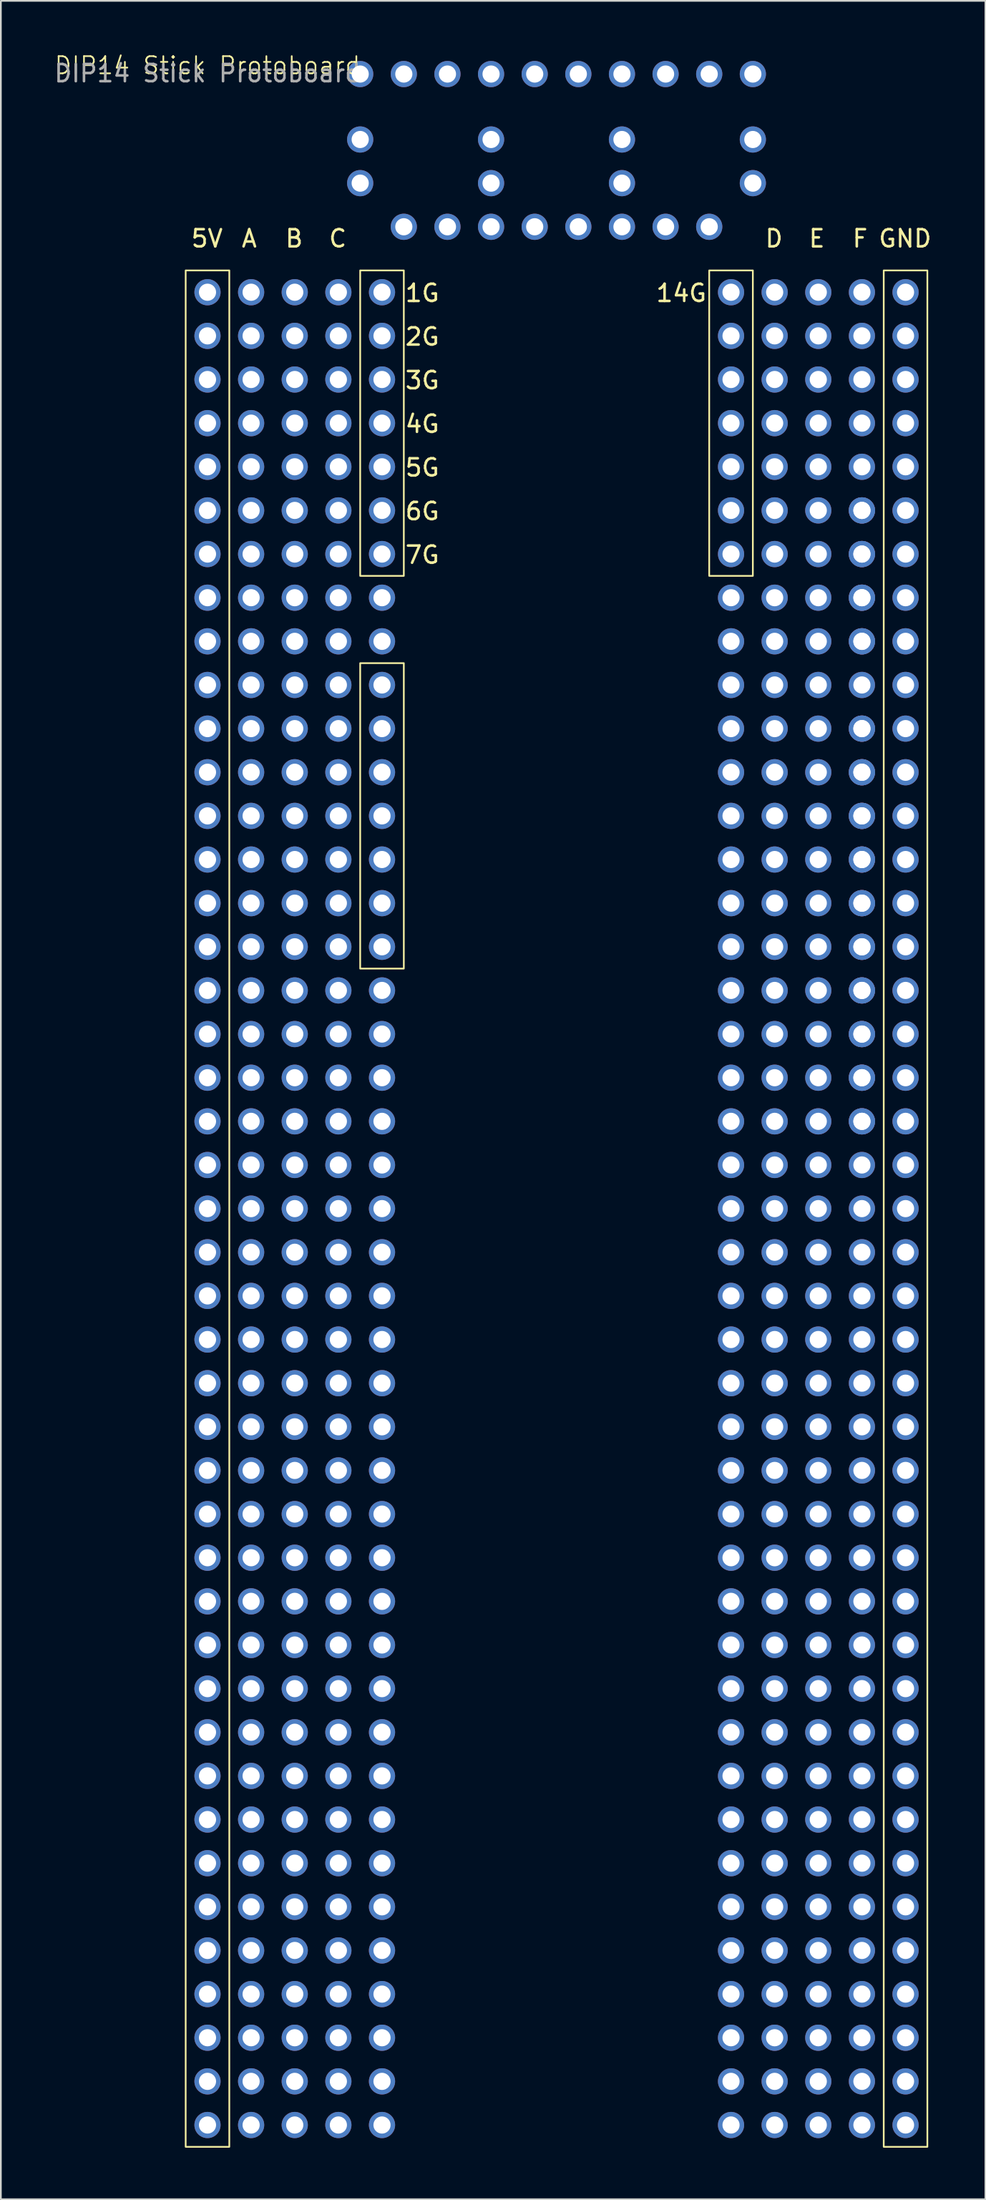
<source format=kicad_pcb>
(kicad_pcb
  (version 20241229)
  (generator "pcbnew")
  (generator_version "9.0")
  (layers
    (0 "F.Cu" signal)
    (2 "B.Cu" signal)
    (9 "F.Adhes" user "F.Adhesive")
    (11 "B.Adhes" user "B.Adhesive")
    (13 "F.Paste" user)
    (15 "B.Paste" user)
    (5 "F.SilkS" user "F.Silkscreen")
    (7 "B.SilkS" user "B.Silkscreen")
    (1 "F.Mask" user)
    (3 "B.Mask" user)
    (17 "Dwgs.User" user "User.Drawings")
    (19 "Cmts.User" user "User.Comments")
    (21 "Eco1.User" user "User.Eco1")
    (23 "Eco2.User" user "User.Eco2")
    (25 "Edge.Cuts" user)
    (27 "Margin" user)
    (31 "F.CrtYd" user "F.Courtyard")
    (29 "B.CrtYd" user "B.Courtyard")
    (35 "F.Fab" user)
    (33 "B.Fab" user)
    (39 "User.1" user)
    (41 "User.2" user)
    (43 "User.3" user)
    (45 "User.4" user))
  (footprint "DIP14 Stick Protoboard"
    (layer "F.Cu")
    (at 9.03 1.26)
    (property "Reference" "DIP14 Stick Protoboard" (at 0 -0.5 0) (unlocked yes) (layer "F.SilkS") (effects (font (size 1 1) (thickness 0.1))))
    (attr through_hole)
    (fp_rect (start -1.27 11.43) (end 1.27 120.65) (stroke (width 0.1) (type default)) (fill no) (layer "F.SilkS"))
    (fp_rect (start 8.89 11.43) (end 11.43 29.21) (stroke (width 0.1) (type default)) (fill no) (layer "F.SilkS"))
    (fp_rect (start 8.89 34.29) (end 11.43 52.07) (stroke (width 0.1) (type default)) (fill no) (layer "F.SilkS"))
    (fp_rect (start 29.21 11.43) (end 31.75 29.21) (stroke (width 0.1) (type default)) (fill no) (layer "F.SilkS"))
    (fp_rect (start 39.37 11.43) (end 41.91 120.65) (stroke (width 0.1) (type default)) (fill no) (layer "F.SilkS"))
    (fp_text user "5G" (at 11.43 23.495 0) (unlocked yes) (layer "F.SilkS") (effects (font (size 1 1) (thickness 0.15)) (justify left bottom)))
    (fp_text user "B" (at 4.445 10.16 0) (unlocked yes) (layer "F.SilkS") (effects (font (size 1 1) (thickness 0.15)) (justify left bottom)))
    (fp_text user "3G" (at 11.43 18.415 0) (unlocked yes) (layer "F.SilkS") (effects (font (size 1 1) (thickness 0.15)) (justify left bottom)))
    (fp_text user "F" (at 37.465 10.16 0) (unlocked yes) (layer "F.SilkS") (effects (font (size 1 1) (thickness 0.15)) (justify left bottom)))
    (fp_text user "7G" (at 11.43 28.575 0) (unlocked yes) (layer "F.SilkS") (effects (font (size 1 1) (thickness 0.15)) (justify left bottom)))
    (fp_text user "4G" (at 11.43 20.955 0) (unlocked yes) (layer "F.SilkS") (effects (font (size 1 1) (thickness 0.15)) (justify left bottom)))
    (fp_text user "A" (at 1.905 10.16 0) (unlocked yes) (layer "F.SilkS") (effects (font (size 1 1) (thickness 0.15)) (justify left bottom)))
    (fp_text user "E" (at 34.925 10.16 0) (unlocked yes) (layer "F.SilkS") (effects (font (size 1 1) (thickness 0.15)) (justify left bottom)))
    (fp_text user "C" (at 6.985 10.16 0) (unlocked yes) (layer "F.SilkS") (effects (font (size 1 1) (thickness 0.15)) (justify left bottom)))
    (fp_text user "GND" (at 38.991 10.16 0) (unlocked yes) (layer "F.SilkS") (effects (font (size 1 1) (thickness 0.15)) (justify left bottom)))
    (fp_text user "5V" (at -1.03 10.16 0) (unlocked yes) (layer "F.SilkS") (effects (font (size 1 1) (thickness 0.15)) (justify left bottom)))
    (fp_text user "2G" (at 11.43 15.875 0) (unlocked yes) (layer "F.SilkS") (effects (font (size 1 1) (thickness 0.15)) (justify left bottom)))
    (fp_text user "1G" (at 11.43 13.335 0) (unlocked yes) (layer "F.SilkS") (effects (font (size 1 1) (thickness 0.15)) (justify left bottom)))
    (fp_text user "14G" (at 26.035 13.335 0) (unlocked yes) (layer "F.SilkS") (effects (font (size 1 1) (thickness 0.15)) (justify left bottom)))
    (fp_text user "D" (at 32.385 10.16 0) (unlocked yes) (layer "F.SilkS") (effects (font (size 1 1) (thickness 0.15)) (justify left bottom)))
    (fp_text user "6G" (at 11.43 26.035 0) (unlocked yes) (layer "F.SilkS") (effects (font (size 1 1) (thickness 0.15)) (justify left bottom)))
    (fp_text user "${REFERENCE}" (at 0 -0.04 0) (unlocked yes) (layer "F.Fab") (effects (font (size 1 1) (thickness 0.15))))
    (pad "1" thru_hole circle (at 2.54 116.84) (size 1.525 1.525) (drill 1) (layers "*.Cu" "*.Mask"))
    (pad "1" thru_hole circle (at 2.54 119.38) (size 1.525 1.525) (drill 1) (layers "*.Cu" "*.Mask"))
    (pad "1" thru_hole circle (at 7.62 109.22) (size 1.525 1.525) (drill 1) (layers "*.Cu" "*.Mask"))
    (pad "1" thru_hole circle (at 13.97 8.89 90) (size 1.525 1.525) (drill 1) (layers "*.Cu" "*.Mask"))
    (pad "1" thru_hole circle (at 24.13 8.89 90) (size 1.525 1.525) (drill 1) (layers "*.Cu" "*.Mask"))
    (pad "1" thru_hole circle (at 30.48 106.68) (size 1.525 1.525) (drill 1) (layers "*.Cu" "*.Mask"))
    (pad "1" thru_hole circle (at 30.48 116.84) (size 1.525 1.525) (drill 1) (layers "*.Cu" "*.Mask"))
    (pad "1" thru_hole circle (at 30.48 119.38) (size 1.525 1.525) (drill 1) (layers "*.Cu" "*.Mask"))
    (pad "2" thru_hole circle (at 5.08 119.38) (size 1.525 1.525) (drill 1) (layers "*.Cu" "*.Mask"))
    (pad "2" thru_hole circle (at 7.62 111.76) (size 1.525 1.525) (drill 1) (layers "*.Cu" "*.Mask"))
    (pad "2" thru_hole circle (at 16.51 8.89 90) (size 1.525 1.525) (drill 1) (layers "*.Cu" "*.Mask"))
    (pad "2" thru_hole circle (at 26.67 8.89 90) (size 1.525 1.525) (drill 1) (layers "*.Cu" "*.Mask"))
    (pad "2" thru_hole circle (at 33.02 119.38) (size 1.525 1.525) (drill 1) (layers "*.Cu" "*.Mask"))
    (pad "3" thru_hole circle (at 7.62 114.3) (size 1.525 1.525) (drill 1) (layers "*.Cu" "*.Mask"))
    (pad "3" thru_hole circle (at 7.62 119.38) (size 1.525 1.525) (drill 1) (layers "*.Cu" "*.Mask"))
    (pad "3" thru_hole circle (at 19.05 8.89 90) (size 1.525 1.525) (drill 1) (layers "*.Cu" "*.Mask"))
    (pad "3" thru_hole circle (at 29.21 8.89 90) (size 1.525 1.525) (drill 1) (layers "*.Cu" "*.Mask"))
    (pad "3" thru_hole circle (at 35.56 119.38) (size 1.525 1.525) (drill 1) (layers "*.Cu" "*.Mask"))
    (pad "4" thru_hole circle (at 7.62 116.84) (size 1.525 1.525) (drill 1) (layers "*.Cu" "*.Mask"))
    (pad "4" thru_hole circle (at 8.89 0) (size 1.525 1.525) (drill 1) (layers "*.Cu" "*.Mask"))
    (pad "4" thru_hole circle (at 10.16 119.38) (size 1.525 1.525) (drill 1) (layers "*.Cu" "*.Mask"))
    (pad "4" thru_hole circle (at 21.59 8.89 90) (size 1.525 1.525) (drill 1) (layers "*.Cu" "*.Mask"))
    (pad "4" thru_hole circle (at 38.1 119.38) (size 1.525 1.525) (drill 1) (layers "*.Cu" "*.Mask"))
    (pad "5" thru_hole circle (at 11.43 0) (size 1.525 1.525) (drill 1) (layers "*.Cu" "*.Mask"))
    (pad "6" thru_hole circle (at 13.97 0) (size 1.525 1.525) (drill 1) (layers "*.Cu" "*.Mask"))
    (pad "6" thru_hole circle (at 30.48 109.22) (size 1.525 1.525) (drill 1) (layers "*.Cu" "*.Mask"))
    (pad "7" thru_hole circle (at 16.51 0) (size 1.525 1.525) (drill 1) (layers "*.Cu" "*.Mask"))
    (pad "7" thru_hole circle (at 33.02 109.22) (size 1.525 1.525) (drill 1) (layers "*.Cu" "*.Mask"))
    (pad "8" thru_hole circle (at 19.05 0) (size 1.525 1.525) (drill 1) (layers "*.Cu" "*.Mask"))
    (pad "8" thru_hole circle (at 35.56 109.22) (size 1.525 1.525) (drill 1) (layers "*.Cu" "*.Mask"))
    (pad "9" thru_hole circle (at 21.59 0) (size 1.525 1.525) (drill 1) (layers "*.Cu" "*.Mask"))
    (pad "9" thru_hole circle (at 38.1 109.22) (size 1.525 1.525) (drill 1) (layers "*.Cu" "*.Mask"))
    (pad "10" thru_hole circle (at 24.13 0) (size 1.525 1.525) (drill 1) (layers "*.Cu" "*.Mask"))
    (pad "10" thru_hole circle (at 40.64 109.22) (size 1.525 1.525) (drill 1) (layers "*.Cu" "*.Mask"))
    (pad "11" thru_hole circle (at 26.67 0) (size 1.525 1.525) (drill 1) (layers "*.Cu" "*.Mask"))
    (pad "11" thru_hole circle (at 30.48 111.76) (size 1.525 1.525) (drill 1) (layers "*.Cu" "*.Mask"))
    (pad "12" thru_hole circle (at 29.21 0) (size 1.525 1.525) (drill 1) (layers "*.Cu" "*.Mask"))
    (pad "12" thru_hole circle (at 33.02 111.76) (size 1.525 1.525) (drill 1) (layers "*.Cu" "*.Mask"))
    (pad "13" thru_hole circle (at 31.75 0) (size 1.525 1.525) (drill 1) (layers "*.Cu" "*.Mask"))
    (pad "13" thru_hole circle (at 35.56 111.76) (size 1.525 1.525) (drill 1) (layers "*.Cu" "*.Mask"))
    (pad "14" thru_hole circle (at 38.1 111.76) (size 1.525 1.525) (drill 1) (layers "*.Cu" "*.Mask"))
    (pad "15" thru_hole circle (at 40.64 111.76) (size 1.525 1.525) (drill 1) (layers "*.Cu" "*.Mask"))
    (pad "16" thru_hole circle (at 30.48 114.3) (size 1.525 1.525) (drill 1) (layers "*.Cu" "*.Mask"))
    (pad "17" thru_hole circle (at 33.02 114.3) (size 1.525 1.525) (drill 1) (layers "*.Cu" "*.Mask"))
    (pad "18" thru_hole circle (at 11.43 8.89 90) (size 1.525 1.525) (drill 1) (layers "*.Cu" "*.Mask"))
    (pad "18" thru_hole circle (at 35.56 114.3) (size 1.525 1.525) (drill 1) (layers "*.Cu" "*.Mask"))
    (pad "19" thru_hole circle (at 8.89 3.81) (size 1.525 1.525) (drill 1) (layers "*.Cu" "*.Mask"))
    (pad "19" thru_hole circle (at 16.51 3.81) (size 1.525 1.525) (drill 1) (layers "*.Cu" "*.Mask"))
    (pad "19" thru_hole circle (at 38.1 114.3) (size 1.525 1.525) (drill 1) (layers "*.Cu" "*.Mask"))
    (pad "20" thru_hole circle (at 7.62 58.42) (size 1.525 1.525) (drill 1) (layers "*.Cu" "*.Mask"))
    (pad "20" thru_hole circle (at 24.13 3.81) (size 1.525 1.525) (drill 1) (layers "*.Cu" "*.Mask"))
    (pad "20" thru_hole circle (at 40.64 114.3) (size 1.525 1.525) (drill 1) (layers "*.Cu" "*.Mask"))
    (pad "21" thru_hole circle (at 7.62 60.96) (size 1.525 1.525) (drill 1) (layers "*.Cu" "*.Mask"))
    (pad "21" thru_hole circle (at 31.75 3.81) (size 1.525 1.525) (drill 1) (layers "*.Cu" "*.Mask"))
    (pad "22" thru_hole circle (at 7.62 63.5) (size 1.525 1.525) (drill 1) (layers "*.Cu" "*.Mask"))
    (pad "22" thru_hole circle (at 33.02 116.84) (size 1.525 1.525) (drill 1) (layers "*.Cu" "*.Mask"))
    (pad "23" thru_hole circle (at 7.62 66.04) (size 1.525 1.525) (drill 1) (layers "*.Cu" "*.Mask"))
    (pad "23" thru_hole circle (at 35.56 116.84) (size 1.525 1.525) (drill 1) (layers "*.Cu" "*.Mask"))
    (pad "24" thru_hole circle (at 7.62 68.58) (size 1.525 1.525) (drill 1) (layers "*.Cu" "*.Mask"))
    (pad "24" thru_hole circle (at 10.16 58.42) (size 1.525 1.525) (drill 1) (layers "*.Cu" "*.Mask"))
    (pad "24" thru_hole circle (at 38.1 116.84) (size 1.525 1.525) (drill 1) (layers "*.Cu" "*.Mask"))
    (pad "25" thru_hole circle (at 7.62 71.12) (size 1.525 1.525) (drill 1) (layers "*.Cu" "*.Mask"))
    (pad "25" thru_hole circle (at 8.89 6.35) (size 1.525 1.525) (drill 1) (layers "*.Cu" "*.Mask"))
    (pad "25" thru_hole circle (at 10.16 60.96) (size 1.525 1.525) (drill 1) (layers "*.Cu" "*.Mask"))
    (pad "25" thru_hole circle (at 16.51 6.35) (size 1.525 1.525) (drill 1) (layers "*.Cu" "*.Mask"))
    (pad "25" thru_hole circle (at 40.64 116.84) (size 1.525 1.525) (drill 1) (layers "*.Cu" "*.Mask"))
    (pad "26" thru_hole circle (at 7.62 73.66) (size 1.525 1.525) (drill 1) (layers "*.Cu" "*.Mask"))
    (pad "26" thru_hole circle (at 10.16 63.5) (size 1.525 1.525) (drill 1) (layers "*.Cu" "*.Mask"))
    (pad "26" thru_hole circle (at 24.13 6.35) (size 1.525 1.525) (drill 1) (layers "*.Cu" "*.Mask"))
    (pad "27" thru_hole circle (at 7.62 76.2) (size 1.525 1.525) (drill 1) (layers "*.Cu" "*.Mask"))
    (pad "27" thru_hole circle (at 10.16 66.04) (size 1.525 1.525) (drill 1) (layers "*.Cu" "*.Mask"))
    (pad "27" thru_hole circle (at 31.75 6.35) (size 1.525 1.525) (drill 1) (layers "*.Cu" "*.Mask"))
    (pad "28" thru_hole circle (at 7.62 78.74) (size 1.525 1.525) (drill 1) (layers "*.Cu" "*.Mask"))
    (pad "28" thru_hole circle (at 10.16 68.58) (size 1.525 1.525) (drill 1) (layers "*.Cu" "*.Mask"))
    (pad "29" thru_hole circle (at 7.62 81.28) (size 1.525 1.525) (drill 1) (layers "*.Cu" "*.Mask"))
    (pad "29" thru_hole circle (at 10.16 71.12) (size 1.525 1.525) (drill 1) (layers "*.Cu" "*.Mask"))
    (pad "30" thru_hole circle (at 7.62 83.82) (size 1.525 1.525) (drill 1) (layers "*.Cu" "*.Mask"))
    (pad "30" thru_hole circle (at 10.16 73.66) (size 1.525 1.525) (drill 1) (layers "*.Cu" "*.Mask"))
    (pad "30" thru_hole circle (at 40.64 119.38) (size 1.525 1.525) (drill 1) (layers "*.Cu" "*.Mask"))
    (pad "31" thru_hole circle (at 7.62 86.36) (size 1.525 1.525) (drill 1) (layers "*.Cu" "*.Mask"))
    (pad "31" thru_hole circle (at 10.16 76.2) (size 1.525 1.525) (drill 1) (layers "*.Cu" "*.Mask"))
    (pad "32" thru_hole circle (at 7.62 88.9) (size 1.525 1.525) (drill 1) (layers "*.Cu" "*.Mask"))
    (pad "32" thru_hole circle (at 10.16 78.74) (size 1.525 1.525) (drill 1) (layers "*.Cu" "*.Mask"))
    (pad "33" thru_hole circle (at 7.62 91.44) (size 1.525 1.525) (drill 1) (layers "*.Cu" "*.Mask"))
    (pad "33" thru_hole circle (at 10.16 81.28) (size 1.525 1.525) (drill 1) (layers "*.Cu" "*.Mask"))
    (pad "34" thru_hole circle (at 7.62 93.98) (size 1.525 1.525) (drill 1) (layers "*.Cu" "*.Mask"))
    (pad "34" thru_hole circle (at 10.16 83.82) (size 1.525 1.525) (drill 1) (layers "*.Cu" "*.Mask"))
    (pad "35" thru_hole circle (at 7.62 96.52) (size 1.525 1.525) (drill 1) (layers "*.Cu" "*.Mask"))
    (pad "35" thru_hole circle (at 10.16 86.36) (size 1.525 1.525) (drill 1) (layers "*.Cu" "*.Mask"))
    (pad "36" thru_hole circle (at 7.62 99.06) (size 1.525 1.525) (drill 1) (layers "*.Cu" "*.Mask"))
    (pad "36" thru_hole circle (at 10.16 88.9) (size 1.525 1.525) (drill 1) (layers "*.Cu" "*.Mask"))
    (pad "37" thru_hole circle (at 7.62 101.6) (size 1.525 1.525) (drill 1) (layers "*.Cu" "*.Mask"))
    (pad "37" thru_hole circle (at 10.16 91.44) (size 1.525 1.525) (drill 1) (layers "*.Cu" "*.Mask"))
    (pad "38" thru_hole circle (at 7.62 104.14) (size 1.525 1.525) (drill 1) (layers "*.Cu" "*.Mask"))
    (pad "38" thru_hole circle (at 10.16 93.98) (size 1.525 1.525) (drill 1) (layers "*.Cu" "*.Mask"))
    (pad "39" thru_hole circle (at 7.62 106.68) (size 1.525 1.525) (drill 1) (layers "*.Cu" "*.Mask"))
    (pad "39" thru_hole circle (at 10.16 96.52) (size 1.525 1.525) (drill 1) (layers "*.Cu" "*.Mask"))
    (pad "39" thru_hole circle (at 38.1 58.42) (size 1.525 1.525) (drill 1) (layers "*.Cu" "*.Mask"))
    (pad "40" thru_hole circle (at 10.16 99.06) (size 1.525 1.525) (drill 1) (layers "*.Cu" "*.Mask"))
    (pad "40" thru_hole circle (at 40.64 58.42) (size 1.525 1.525) (drill 1) (layers "*.Cu" "*.Mask"))
    (pad "41" thru_hole circle (at 10.16 101.6) (size 1.525 1.525) (drill 1) (layers "*.Cu" "*.Mask"))
    (pad "41" thru_hole circle (at 38.1 60.96) (size 1.525 1.525) (drill 1) (layers "*.Cu" "*.Mask"))
    (pad "42" thru_hole circle (at 10.16 104.14) (size 1.525 1.525) (drill 1) (layers "*.Cu" "*.Mask"))
    (pad "42" thru_hole circle (at 40.64 60.96) (size 1.525 1.525) (drill 1) (layers "*.Cu" "*.Mask"))
    (pad "43" thru_hole circle (at 0 12.7) (size 1.525 1.525) (drill 1) (layers "*.Cu" "*.Mask"))
    (pad "43" thru_hole circle (at 10.16 106.68) (size 1.525 1.525) (drill 1) (layers "*.Cu" "*.Mask"))
    (pad "44" thru_hole circle (at 2.54 12.7) (size 1.525 1.525) (drill 1) (layers "*.Cu" "*.Mask"))
    (pad "44" thru_hole circle (at 10.16 109.22) (size 1.525 1.525) (drill 1) (layers "*.Cu" "*.Mask"))
    (pad "44" thru_hole circle (at 40.64 63.5) (size 1.525 1.525) (drill 1) (layers "*.Cu" "*.Mask"))
    (pad "45" thru_hole circle (at 5.08 12.7) (size 1.525 1.525) (drill 1) (layers "*.Cu" "*.Mask"))
    (pad "45" thru_hole circle (at 10.16 111.76) (size 1.525 1.525) (drill 1) (layers "*.Cu" "*.Mask"))
    (pad "46" thru_hole circle (at 7.62 12.7) (size 1.525 1.525) (drill 1) (layers "*.Cu" "*.Mask"))
    (pad "46" thru_hole circle (at 10.16 114.3) (size 1.525 1.525) (drill 1) (layers "*.Cu" "*.Mask"))
    (pad "46" thru_hole circle (at 40.64 66.04) (size 1.525 1.525) (drill 1) (layers "*.Cu" "*.Mask"))
    (pad "47" thru_hole circle (at 10.16 12.7) (size 1.525 1.525) (drill 1) (layers "*.Cu" "*.Mask"))
    (pad "47" thru_hole circle (at 10.16 116.84) (size 1.525 1.525) (drill 1) (layers "*.Cu" "*.Mask"))
    (pad "48" thru_hole circle (at 30.48 12.7) (size 1.525 1.525) (drill 1) (layers "*.Cu" "*.Mask"))
    (pad "48" thru_hole circle (at 40.64 68.58) (size 1.525 1.525) (drill 1) (layers "*.Cu" "*.Mask"))
    (pad "49" thru_hole circle (at 33.02 12.7) (size 1.525 1.525) (drill 1) (layers "*.Cu" "*.Mask"))
    (pad "50" thru_hole circle (at 35.56 12.7) (size 1.525 1.525) (drill 1) (layers "*.Cu" "*.Mask"))
    (pad "50" thru_hole circle (at 40.64 71.12) (size 1.525 1.525) (drill 1) (layers "*.Cu" "*.Mask"))
    (pad "51" thru_hole circle (at 38.1 12.7) (size 1.525 1.525) (drill 1) (layers "*.Cu" "*.Mask"))
    (pad "52" thru_hole circle (at 40.64 12.7) (size 1.525 1.525) (drill 1) (layers "*.Cu" "*.Mask"))
    (pad "52" thru_hole circle (at 40.64 73.66) (size 1.525 1.525) (drill 1) (layers "*.Cu" "*.Mask"))
    (pad "53" thru_hole circle (at 0 15.24) (size 1.525 1.525) (drill 1) (layers "*.Cu" "*.Mask"))
    (pad "54" thru_hole circle (at 2.54 15.24) (size 1.525 1.525) (drill 1) (layers "*.Cu" "*.Mask"))
    (pad "54" thru_hole circle (at 40.64 76.2) (size 1.525 1.525) (drill 1) (layers "*.Cu" "*.Mask"))
    (pad "55" thru_hole circle (at 5.08 15.24) (size 1.525 1.525) (drill 1) (layers "*.Cu" "*.Mask"))
    (pad "56" thru_hole circle (at 7.62 15.24) (size 1.525 1.525) (drill 1) (layers "*.Cu" "*.Mask"))
    (pad "56" thru_hole circle (at 40.64 78.74) (size 1.525 1.525) (drill 1) (layers "*.Cu" "*.Mask"))
    (pad "57" thru_hole circle (at 10.16 15.24) (size 1.525 1.525) (drill 1) (layers "*.Cu" "*.Mask"))
    (pad "58" thru_hole circle (at 30.48 15.24) (size 1.525 1.525) (drill 1) (layers "*.Cu" "*.Mask"))
    (pad "58" thru_hole circle (at 40.64 81.28) (size 1.525 1.525) (drill 1) (layers "*.Cu" "*.Mask"))
    (pad "59" thru_hole circle (at 33.02 15.24) (size 1.525 1.525) (drill 1) (layers "*.Cu" "*.Mask"))
    (pad "60" thru_hole circle (at 35.56 15.24) (size 1.525 1.525) (drill 1) (layers "*.Cu" "*.Mask"))
    (pad "60" thru_hole circle (at 40.64 83.82) (size 1.525 1.525) (drill 1) (layers "*.Cu" "*.Mask"))
    (pad "61" thru_hole circle (at 38.1 15.24) (size 1.525 1.525) (drill 1) (layers "*.Cu" "*.Mask"))
    (pad "62" thru_hole circle (at 40.64 15.24) (size 1.525 1.525) (drill 1) (layers "*.Cu" "*.Mask"))
    (pad "62" thru_hole circle (at 40.64 86.36) (size 1.525 1.525) (drill 1) (layers "*.Cu" "*.Mask"))
    (pad "63" thru_hole circle (at 0 17.78) (size 1.525 1.525) (drill 1) (layers "*.Cu" "*.Mask"))
    (pad "64" thru_hole circle (at 2.54 17.78) (size 1.525 1.525) (drill 1) (layers "*.Cu" "*.Mask"))
    (pad "64" thru_hole circle (at 40.64 88.9) (size 1.525 1.525) (drill 1) (layers "*.Cu" "*.Mask"))
    (pad "65" thru_hole circle (at 5.08 17.78) (size 1.525 1.525) (drill 1) (layers "*.Cu" "*.Mask"))
    (pad "66" thru_hole circle (at 7.62 17.78) (size 1.525 1.525) (drill 1) (layers "*.Cu" "*.Mask"))
    (pad "66" thru_hole circle (at 40.64 91.44) (size 1.525 1.525) (drill 1) (layers "*.Cu" "*.Mask"))
    (pad "67" thru_hole circle (at 10.16 17.78) (size 1.525 1.525) (drill 1) (layers "*.Cu" "*.Mask"))
    (pad "68" thru_hole circle (at 30.48 17.78) (size 1.525 1.525) (drill 1) (layers "*.Cu" "*.Mask"))
    (pad "68" thru_hole circle (at 40.64 93.98) (size 1.525 1.525) (drill 1) (layers "*.Cu" "*.Mask"))
    (pad "69" thru_hole circle (at 33.02 17.78) (size 1.525 1.525) (drill 1) (layers "*.Cu" "*.Mask"))
    (pad "70" thru_hole circle (at 0 58.42) (size 1.525 1.525) (drill 1) (layers "*.Cu" "*.Mask"))
    (pad "70" thru_hole circle (at 35.56 17.78) (size 1.525 1.525) (drill 1) (layers "*.Cu" "*.Mask"))
    (pad "70" thru_hole circle (at 40.64 96.52) (size 1.525 1.525) (drill 1) (layers "*.Cu" "*.Mask"))
    (pad "71" thru_hole circle (at 2.54 58.42) (size 1.525 1.525) (drill 1) (layers "*.Cu" "*.Mask"))
    (pad "71" thru_hole circle (at 38.1 17.78) (size 1.525 1.525) (drill 1) (layers "*.Cu" "*.Mask"))
    (pad "72" thru_hole circle (at 5.08 58.42) (size 1.525 1.525) (drill 1) (layers "*.Cu" "*.Mask"))
    (pad "72" thru_hole circle (at 40.64 17.78) (size 1.525 1.525) (drill 1) (layers "*.Cu" "*.Mask"))
    (pad "72" thru_hole circle (at 40.64 99.06) (size 1.525 1.525) (drill 1) (layers "*.Cu" "*.Mask"))
    (pad "73" thru_hole circle (at 0 20.32) (size 1.525 1.525) (drill 1) (layers "*.Cu" "*.Mask"))
    (pad "73" thru_hole circle (at 0 60.96) (size 1.525 1.525) (drill 1) (layers "*.Cu" "*.Mask"))
    (pad "74" thru_hole circle (at 2.54 20.32) (size 1.525 1.525) (drill 1) (layers "*.Cu" "*.Mask"))
    (pad "74" thru_hole circle (at 2.54 60.96) (size 1.525 1.525) (drill 1) (layers "*.Cu" "*.Mask"))
    (pad "74" thru_hole circle (at 40.64 101.6) (size 1.525 1.525) (drill 1) (layers "*.Cu" "*.Mask"))
    (pad "75" thru_hole circle (at 5.08 20.32) (size 1.525 1.525) (drill 1) (layers "*.Cu" "*.Mask"))
    (pad "75" thru_hole circle (at 5.08 60.96) (size 1.525 1.525) (drill 1) (layers "*.Cu" "*.Mask"))
    (pad "76" thru_hole circle (at 0 63.5) (size 1.525 1.525) (drill 1) (layers "*.Cu" "*.Mask"))
    (pad "76" thru_hole circle (at 7.62 20.32) (size 1.525 1.525) (drill 1) (layers "*.Cu" "*.Mask"))
    (pad "76" thru_hole circle (at 40.64 104.14) (size 1.525 1.525) (drill 1) (layers "*.Cu" "*.Mask"))
    (pad "77" thru_hole circle (at 2.54 63.5) (size 1.525 1.525) (drill 1) (layers "*.Cu" "*.Mask"))
    (pad "77" thru_hole circle (at 10.16 20.32) (size 1.525 1.525) (drill 1) (layers "*.Cu" "*.Mask"))
    (pad "78" thru_hole circle (at 5.08 63.5) (size 1.525 1.525) (drill 1) (layers "*.Cu" "*.Mask"))
    (pad "78" thru_hole circle (at 30.48 20.32) (size 1.525 1.525) (drill 1) (layers "*.Cu" "*.Mask"))
    (pad "78" thru_hole circle (at 40.64 106.68) (size 1.525 1.525) (drill 1) (layers "*.Cu" "*.Mask"))
    (pad "79" thru_hole circle (at 0 66.04) (size 1.525 1.525) (drill 1) (layers "*.Cu" "*.Mask"))
    (pad "79" thru_hole circle (at 33.02 20.32) (size 1.525 1.525) (drill 1) (layers "*.Cu" "*.Mask"))
    (pad "80" thru_hole circle (at 2.54 66.04) (size 1.525 1.525) (drill 1) (layers "*.Cu" "*.Mask"))
    (pad "80" thru_hole circle (at 35.56 20.32) (size 1.525 1.525) (drill 1) (layers "*.Cu" "*.Mask"))
    (pad "81" thru_hole circle (at 5.08 66.04) (size 1.525 1.525) (drill 1) (layers "*.Cu" "*.Mask"))
    (pad "81" thru_hole circle (at 30.48 58.42) (size 1.525 1.525) (drill 1) (layers "*.Cu" "*.Mask"))
    (pad "81" thru_hole circle (at 38.1 20.32) (size 1.525 1.525) (drill 1) (layers "*.Cu" "*.Mask"))
    (pad "82" thru_hole circle (at 0 68.58) (size 1.525 1.525) (drill 1) (layers "*.Cu" "*.Mask"))
    (pad "82" thru_hole circle (at 33.02 58.42) (size 1.525 1.525) (drill 1) (layers "*.Cu" "*.Mask"))
    (pad "82" thru_hole circle (at 40.64 20.32) (size 1.525 1.525) (drill 1) (layers "*.Cu" "*.Mask"))
    (pad "83" thru_hole circle (at 0 22.86) (size 1.525 1.525) (drill 1) (layers "*.Cu" "*.Mask"))
    (pad "83" thru_hole circle (at 2.54 68.58) (size 1.525 1.525) (drill 1) (layers "*.Cu" "*.Mask"))
    (pad "83" thru_hole circle (at 35.56 58.42) (size 1.525 1.525) (drill 1) (layers "*.Cu" "*.Mask"))
    (pad "84" thru_hole circle (at 2.54 22.86) (size 1.525 1.525) (drill 1) (layers "*.Cu" "*.Mask"))
    (pad "84" thru_hole circle (at 5.08 68.58) (size 1.525 1.525) (drill 1) (layers "*.Cu" "*.Mask"))
    (pad "84" thru_hole circle (at 38.1 58.42) (size 1.525 1.525) (drill 1) (layers "*.Cu" "*.Mask"))
    (pad "85" thru_hole circle (at 0 71.12) (size 1.525 1.525) (drill 1) (layers "*.Cu" "*.Mask"))
    (pad "85" thru_hole circle (at 5.08 22.86) (size 1.525 1.525) (drill 1) (layers "*.Cu" "*.Mask"))
    (pad "85" thru_hole circle (at 30.48 60.96) (size 1.525 1.525) (drill 1) (layers "*.Cu" "*.Mask"))
    (pad "86" thru_hole circle (at 2.54 71.12) (size 1.525 1.525) (drill 1) (layers "*.Cu" "*.Mask"))
    (pad "86" thru_hole circle (at 7.62 22.86) (size 1.525 1.525) (drill 1) (layers "*.Cu" "*.Mask"))
    (pad "86" thru_hole circle (at 33.02 60.96) (size 1.525 1.525) (drill 1) (layers "*.Cu" "*.Mask"))
    (pad "87" thru_hole circle (at 5.08 71.12) (size 1.525 1.525) (drill 1) (layers "*.Cu" "*.Mask"))
    (pad "87" thru_hole circle (at 10.16 22.86) (size 1.525 1.525) (drill 1) (layers "*.Cu" "*.Mask"))
    (pad "87" thru_hole circle (at 35.56 60.96) (size 1.525 1.525) (drill 1) (layers "*.Cu" "*.Mask"))
    (pad "88" thru_hole circle (at 0 73.66) (size 1.525 1.525) (drill 1) (layers "*.Cu" "*.Mask"))
    (pad "88" thru_hole circle (at 30.48 22.86) (size 1.525 1.525) (drill 1) (layers "*.Cu" "*.Mask"))
    (pad "88" thru_hole circle (at 38.1 60.96) (size 1.525 1.525) (drill 1) (layers "*.Cu" "*.Mask"))
    (pad "89" thru_hole circle (at 2.54 73.66) (size 1.525 1.525) (drill 1) (layers "*.Cu" "*.Mask"))
    (pad "89" thru_hole circle (at 30.48 63.5) (size 1.525 1.525) (drill 1) (layers "*.Cu" "*.Mask"))
    (pad "89" thru_hole circle (at 33.02 22.86) (size 1.525 1.525) (drill 1) (layers "*.Cu" "*.Mask"))
    (pad "90" thru_hole circle (at 5.08 73.66) (size 1.525 1.525) (drill 1) (layers "*.Cu" "*.Mask"))
    (pad "90" thru_hole circle (at 33.02 63.5) (size 1.525 1.525) (drill 1) (layers "*.Cu" "*.Mask"))
    (pad "90" thru_hole circle (at 35.56 22.86) (size 1.525 1.525) (drill 1) (layers "*.Cu" "*.Mask"))
    (pad "91" thru_hole circle (at 0 76.2) (size 1.525 1.525) (drill 1) (layers "*.Cu" "*.Mask"))
    (pad "91" thru_hole circle (at 35.56 63.5) (size 1.525 1.525) (drill 1) (layers "*.Cu" "*.Mask"))
    (pad "91" thru_hole circle (at 38.1 22.86) (size 1.525 1.525) (drill 1) (layers "*.Cu" "*.Mask"))
    (pad "92" thru_hole circle (at 2.54 76.2) (size 1.525 1.525) (drill 1) (layers "*.Cu" "*.Mask"))
    (pad "92" thru_hole circle (at 38.1 63.5) (size 1.525 1.525) (drill 1) (layers "*.Cu" "*.Mask"))
    (pad "92" thru_hole circle (at 40.64 22.86) (size 1.525 1.525) (drill 1) (layers "*.Cu" "*.Mask"))
    (pad "93" thru_hole circle (at 0 25.4) (size 1.525 1.525) (drill 1) (layers "*.Cu" "*.Mask"))
    (pad "93" thru_hole circle (at 5.08 76.2) (size 1.525 1.525) (drill 1) (layers "*.Cu" "*.Mask"))
    (pad "93" thru_hole circle (at 30.48 66.04) (size 1.525 1.525) (drill 1) (layers "*.Cu" "*.Mask"))
    (pad "94" thru_hole circle (at 0 78.74) (size 1.525 1.525) (drill 1) (layers "*.Cu" "*.Mask"))
    (pad "94" thru_hole circle (at 2.54 25.4) (size 1.525 1.525) (drill 1) (layers "*.Cu" "*.Mask"))
    (pad "94" thru_hole circle (at 33.02 66.04) (size 1.525 1.525) (drill 1) (layers "*.Cu" "*.Mask"))
    (pad "95" thru_hole circle (at 2.54 78.74) (size 1.525 1.525) (drill 1) (layers "*.Cu" "*.Mask"))
    (pad "95" thru_hole circle (at 5.08 25.4) (size 1.525 1.525) (drill 1) (layers "*.Cu" "*.Mask"))
    (pad "95" thru_hole circle (at 35.56 66.04) (size 1.525 1.525) (drill 1) (layers "*.Cu" "*.Mask"))
    (pad "96" thru_hole circle (at 5.08 78.74) (size 1.525 1.525) (drill 1) (layers "*.Cu" "*.Mask"))
    (pad "96" thru_hole circle (at 7.62 25.4) (size 1.525 1.525) (drill 1) (layers "*.Cu" "*.Mask"))
    (pad "96" thru_hole circle (at 38.1 66.04) (size 1.525 1.525) (drill 1) (layers "*.Cu" "*.Mask"))
    (pad "97" thru_hole circle (at 0 81.28) (size 1.525 1.525) (drill 1) (layers "*.Cu" "*.Mask"))
    (pad "97" thru_hole circle (at 10.16 25.4) (size 1.525 1.525) (drill 1) (layers "*.Cu" "*.Mask"))
    (pad "97" thru_hole circle (at 30.48 68.58) (size 1.525 1.525) (drill 1) (layers "*.Cu" "*.Mask"))
    (pad "98" thru_hole circle (at 2.54 81.28) (size 1.525 1.525) (drill 1) (layers "*.Cu" "*.Mask"))
    (pad "98" thru_hole circle (at 30.48 25.4) (size 1.525 1.525) (drill 1) (layers "*.Cu" "*.Mask"))
    (pad "98" thru_hole circle (at 33.02 68.58) (size 1.525 1.525) (drill 1) (layers "*.Cu" "*.Mask"))
    (pad "99" thru_hole circle (at 5.08 81.28) (size 1.525 1.525) (drill 1) (layers "*.Cu" "*.Mask"))
    (pad "99" thru_hole circle (at 33.02 25.4) (size 1.525 1.525) (drill 1) (layers "*.Cu" "*.Mask"))
    (pad "99" thru_hole circle (at 35.56 68.58) (size 1.525 1.525) (drill 1) (layers "*.Cu" "*.Mask"))
    (pad "100" thru_hole circle (at 0 83.82) (size 1.525 1.525) (drill 1) (layers "*.Cu" "*.Mask"))
    (pad "100" thru_hole circle (at 35.56 25.4) (size 1.525 1.525) (drill 1) (layers "*.Cu" "*.Mask"))
    (pad "100" thru_hole circle (at 38.1 68.58) (size 1.525 1.525) (drill 1) (layers "*.Cu" "*.Mask"))
    (pad "101" thru_hole circle (at 2.54 83.82) (size 1.525 1.525) (drill 1) (layers "*.Cu" "*.Mask"))
    (pad "101" thru_hole circle (at 30.48 71.12) (size 1.525 1.525) (drill 1) (layers "*.Cu" "*.Mask"))
    (pad "101" thru_hole circle (at 38.1 25.4) (size 1.525 1.525) (drill 1) (layers "*.Cu" "*.Mask"))
    (pad "102" thru_hole circle (at 5.08 83.82) (size 1.525 1.525) (drill 1) (layers "*.Cu" "*.Mask"))
    (pad "102" thru_hole circle (at 33.02 71.12) (size 1.525 1.525) (drill 1) (layers "*.Cu" "*.Mask"))
    (pad "102" thru_hole circle (at 38.1 25.4) (size 1.525 1.525) (drill 1) (layers "*.Cu" "*.Mask"))
    (pad "103" thru_hole circle (at 0 86.36) (size 1.525 1.525) (drill 1) (layers "*.Cu" "*.Mask"))
    (pad "103" thru_hole circle (at 35.56 71.12) (size 1.525 1.525) (drill 1) (layers "*.Cu" "*.Mask"))
    (pad "103" thru_hole circle (at 40.64 25.4) (size 1.525 1.525) (drill 1) (layers "*.Cu" "*.Mask"))
    (pad "104" thru_hole circle (at 0 27.94) (size 1.525 1.525) (drill 1) (layers "*.Cu" "*.Mask"))
    (pad "104" thru_hole circle (at 2.54 86.36) (size 1.525 1.525) (drill 1) (layers "*.Cu" "*.Mask"))
    (pad "104" thru_hole circle (at 38.1 71.12) (size 1.525 1.525) (drill 1) (layers "*.Cu" "*.Mask"))
    (pad "105" thru_hole circle (at 2.54 27.94) (size 1.525 1.525) (drill 1) (layers "*.Cu" "*.Mask"))
    (pad "105" thru_hole circle (at 5.08 86.36) (size 1.525 1.525) (drill 1) (layers "*.Cu" "*.Mask"))
    (pad "105" thru_hole circle (at 30.48 73.66) (size 1.525 1.525) (drill 1) (layers "*.Cu" "*.Mask"))
    (pad "106" thru_hole circle (at 0 88.9) (size 1.525 1.525) (drill 1) (layers "*.Cu" "*.Mask"))
    (pad "106" thru_hole circle (at 5.08 27.94) (size 1.525 1.525) (drill 1) (layers "*.Cu" "*.Mask"))
    (pad "106" thru_hole circle (at 33.02 73.66) (size 1.525 1.525) (drill 1) (layers "*.Cu" "*.Mask"))
    (pad "107" thru_hole circle (at 2.54 88.9) (size 1.525 1.525) (drill 1) (layers "*.Cu" "*.Mask"))
    (pad "107" thru_hole circle (at 7.62 27.94) (size 1.525 1.525) (drill 1) (layers "*.Cu" "*.Mask"))
    (pad "107" thru_hole circle (at 35.56 73.66) (size 1.525 1.525) (drill 1) (layers "*.Cu" "*.Mask"))
    (pad "108" thru_hole circle (at 5.08 88.9) (size 1.525 1.525) (drill 1) (layers "*.Cu" "*.Mask"))
    (pad "108" thru_hole circle (at 10.16 27.94) (size 1.525 1.525) (drill 1) (layers "*.Cu" "*.Mask"))
    (pad "108" thru_hole circle (at 38.1 73.66) (size 1.525 1.525) (drill 1) (layers "*.Cu" "*.Mask"))
    (pad "109" thru_hole circle (at 0 91.44) (size 1.525 1.525) (drill 1) (layers "*.Cu" "*.Mask"))
    (pad "109" thru_hole circle (at 30.48 27.94) (size 1.525 1.525) (drill 1) (layers "*.Cu" "*.Mask"))
    (pad "109" thru_hole circle (at 30.48 76.2) (size 1.525 1.525) (drill 1) (layers "*.Cu" "*.Mask"))
    (pad "110" thru_hole circle (at 2.54 91.44) (size 1.525 1.525) (drill 1) (layers "*.Cu" "*.Mask"))
    (pad "110" thru_hole circle (at 33.02 27.94) (size 1.525 1.525) (drill 1) (layers "*.Cu" "*.Mask"))
    (pad "110" thru_hole circle (at 33.02 76.2) (size 1.525 1.525) (drill 1) (layers "*.Cu" "*.Mask"))
    (pad "111" thru_hole circle (at 5.08 91.44) (size 1.525 1.525) (drill 1) (layers "*.Cu" "*.Mask"))
    (pad "111" thru_hole circle (at 35.56 27.94) (size 1.525 1.525) (drill 1) (layers "*.Cu" "*.Mask"))
    (pad "111" thru_hole circle (at 35.56 76.2) (size 1.525 1.525) (drill 1) (layers "*.Cu" "*.Mask"))
    (pad "112" thru_hole circle (at 0 93.98) (size 1.525 1.525) (drill 1) (layers "*.Cu" "*.Mask"))
    (pad "112" thru_hole circle (at 38.1 27.94) (size 1.525 1.525) (drill 1) (layers "*.Cu" "*.Mask"))
    (pad "112" thru_hole circle (at 38.1 76.2) (size 1.525 1.525) (drill 1) (layers "*.Cu" "*.Mask"))
    (pad "113" thru_hole circle (at 2.54 93.98) (size 1.525 1.525) (drill 1) (layers "*.Cu" "*.Mask"))
    (pad "113" thru_hole circle (at 30.48 78.74) (size 1.525 1.525) (drill 1) (layers "*.Cu" "*.Mask"))
    (pad "113" thru_hole circle (at 38.1 27.94) (size 1.525 1.525) (drill 1) (layers "*.Cu" "*.Mask"))
    (pad "114" thru_hole circle (at 5.08 93.98) (size 1.525 1.525) (drill 1) (layers "*.Cu" "*.Mask"))
    (pad "114" thru_hole circle (at 33.02 78.74) (size 1.525 1.525) (drill 1) (layers "*.Cu" "*.Mask"))
    (pad "114" thru_hole circle (at 40.64 27.94) (size 1.525 1.525) (drill 1) (layers "*.Cu" "*.Mask"))
    (pad "115" thru_hole circle (at 0 30.48) (size 1.525 1.525) (drill 1) (layers "*.Cu" "*.Mask"))
    (pad "115" thru_hole circle (at 0 96.52) (size 1.525 1.525) (drill 1) (layers "*.Cu" "*.Mask"))
    (pad "115" thru_hole circle (at 35.56 78.74) (size 1.525 1.525) (drill 1) (layers "*.Cu" "*.Mask"))
    (pad "116" thru_hole circle (at 2.54 30.48) (size 1.525 1.525) (drill 1) (layers "*.Cu" "*.Mask"))
    (pad "116" thru_hole circle (at 2.54 96.52) (size 1.525 1.525) (drill 1) (layers "*.Cu" "*.Mask"))
    (pad "116" thru_hole circle (at 38.1 78.74) (size 1.525 1.525) (drill 1) (layers "*.Cu" "*.Mask"))
    (pad "117" thru_hole circle (at 5.08 30.48) (size 1.525 1.525) (drill 1) (layers "*.Cu" "*.Mask"))
    (pad "117" thru_hole circle (at 5.08 96.52) (size 1.525 1.525) (drill 1) (layers "*.Cu" "*.Mask"))
    (pad "117" thru_hole circle (at 30.48 81.28) (size 1.525 1.525) (drill 1) (layers "*.Cu" "*.Mask"))
    (pad "118" thru_hole circle (at 0 99.06) (size 1.525 1.525) (drill 1) (layers "*.Cu" "*.Mask"))
    (pad "118" thru_hole circle (at 7.62 30.48) (size 1.525 1.525) (drill 1) (layers "*.Cu" "*.Mask"))
    (pad "118" thru_hole circle (at 33.02 81.28) (size 1.525 1.525) (drill 1) (layers "*.Cu" "*.Mask"))
    (pad "119" thru_hole circle (at 2.54 99.06) (size 1.525 1.525) (drill 1) (layers "*.Cu" "*.Mask"))
    (pad "119" thru_hole circle (at 10.16 30.48) (size 1.525 1.525) (drill 1) (layers "*.Cu" "*.Mask"))
    (pad "119" thru_hole circle (at 35.56 81.28) (size 1.525 1.525) (drill 1) (layers "*.Cu" "*.Mask"))
    (pad "120" thru_hole circle (at 5.08 99.06) (size 1.525 1.525) (drill 1) (layers "*.Cu" "*.Mask"))
    (pad "120" thru_hole circle (at 30.48 30.48) (size 1.525 1.525) (drill 1) (layers "*.Cu" "*.Mask"))
    (pad "120" thru_hole circle (at 38.1 81.28) (size 1.525 1.525) (drill 1) (layers "*.Cu" "*.Mask"))
    (pad "121" thru_hole circle (at 0 101.6) (size 1.525 1.525) (drill 1) (layers "*.Cu" "*.Mask"))
    (pad "121" thru_hole circle (at 30.48 83.82) (size 1.525 1.525) (drill 1) (layers "*.Cu" "*.Mask"))
    (pad "121" thru_hole circle (at 33.02 30.48) (size 1.525 1.525) (drill 1) (layers "*.Cu" "*.Mask"))
    (pad "122" thru_hole circle (at 2.54 101.6) (size 1.525 1.525) (drill 1) (layers "*.Cu" "*.Mask"))
    (pad "122" thru_hole circle (at 33.02 83.82) (size 1.525 1.525) (drill 1) (layers "*.Cu" "*.Mask"))
    (pad "122" thru_hole circle (at 35.56 30.48) (size 1.525 1.525) (drill 1) (layers "*.Cu" "*.Mask"))
    (pad "123" thru_hole circle (at 5.08 101.6) (size 1.525 1.525) (drill 1) (layers "*.Cu" "*.Mask"))
    (pad "123" thru_hole circle (at 35.56 83.82) (size 1.525 1.525) (drill 1) (layers "*.Cu" "*.Mask"))
    (pad "123" thru_hole circle (at 38.1 30.48) (size 1.525 1.525) (drill 1) (layers "*.Cu" "*.Mask"))
    (pad "124" thru_hole circle (at 0 104.14) (size 1.525 1.525) (drill 1) (layers "*.Cu" "*.Mask"))
    (pad "124" thru_hole circle (at 38.1 30.48) (size 1.525 1.525) (drill 1) (layers "*.Cu" "*.Mask"))
    (pad "124" thru_hole circle (at 38.1 83.82) (size 1.525 1.525) (drill 1) (layers "*.Cu" "*.Mask"))
    (pad "125" thru_hole circle (at 2.54 104.14) (size 1.525 1.525) (drill 1) (layers "*.Cu" "*.Mask"))
    (pad "125" thru_hole circle (at 30.48 86.36) (size 1.525 1.525) (drill 1) (layers "*.Cu" "*.Mask"))
    (pad "125" thru_hole circle (at 40.64 30.48) (size 1.525 1.525) (drill 1) (layers "*.Cu" "*.Mask"))
    (pad "126" thru_hole circle (at 0 33.02) (size 1.525 1.525) (drill 1) (layers "*.Cu" "*.Mask"))
    (pad "126" thru_hole circle (at 5.08 104.14) (size 1.525 1.525) (drill 1) (layers "*.Cu" "*.Mask"))
    (pad "126" thru_hole circle (at 33.02 86.36) (size 1.525 1.525) (drill 1) (layers "*.Cu" "*.Mask"))
    (pad "127" thru_hole circle (at 0 106.68) (size 1.525 1.525) (drill 1) (layers "*.Cu" "*.Mask"))
    (pad "127" thru_hole circle (at 2.54 33.02) (size 1.525 1.525) (drill 1) (layers "*.Cu" "*.Mask"))
    (pad "127" thru_hole circle (at 35.56 86.36) (size 1.525 1.525) (drill 1) (layers "*.Cu" "*.Mask"))
    (pad "128" thru_hole circle (at 2.54 106.68) (size 1.525 1.525) (drill 1) (layers "*.Cu" "*.Mask"))
    (pad "128" thru_hole circle (at 5.08 33.02) (size 1.525 1.525) (drill 1) (layers "*.Cu" "*.Mask"))
    (pad "128" thru_hole circle (at 38.1 86.36) (size 1.525 1.525) (drill 1) (layers "*.Cu" "*.Mask"))
    (pad "129" thru_hole circle (at 5.08 106.68) (size 1.525 1.525) (drill 1) (layers "*.Cu" "*.Mask"))
    (pad "129" thru_hole circle (at 7.62 33.02) (size 1.525 1.525) (drill 1) (layers "*.Cu" "*.Mask"))
    (pad "129" thru_hole circle (at 30.48 88.9) (size 1.525 1.525) (drill 1) (layers "*.Cu" "*.Mask"))
    (pad "130" thru_hole circle (at 0 109.22) (size 1.525 1.525) (drill 1) (layers "*.Cu" "*.Mask"))
    (pad "130" thru_hole circle (at 10.16 33.02) (size 1.525 1.525) (drill 1) (layers "*.Cu" "*.Mask"))
    (pad "130" thru_hole circle (at 33.02 88.9) (size 1.525 1.525) (drill 1) (layers "*.Cu" "*.Mask"))
    (pad "131" thru_hole circle (at 2.54 109.22) (size 1.525 1.525) (drill 1) (layers "*.Cu" "*.Mask"))
    (pad "131" thru_hole circle (at 30.48 33.02) (size 1.525 1.525) (drill 1) (layers "*.Cu" "*.Mask"))
    (pad "131" thru_hole circle (at 35.56 88.9) (size 1.525 1.525) (drill 1) (layers "*.Cu" "*.Mask"))
    (pad "132" thru_hole circle (at 5.08 109.22) (size 1.525 1.525) (drill 1) (layers "*.Cu" "*.Mask"))
    (pad "132" thru_hole circle (at 33.02 33.02) (size 1.525 1.525) (drill 1) (layers "*.Cu" "*.Mask"))
    (pad "132" thru_hole circle (at 38.1 88.9) (size 1.525 1.525) (drill 1) (layers "*.Cu" "*.Mask"))
    (pad "133" thru_hole circle (at 0 111.76) (size 1.525 1.525) (drill 1) (layers "*.Cu" "*.Mask"))
    (pad "133" thru_hole circle (at 30.48 91.44) (size 1.525 1.525) (drill 1) (layers "*.Cu" "*.Mask"))
    (pad "133" thru_hole circle (at 35.56 33.02) (size 1.525 1.525) (drill 1) (layers "*.Cu" "*.Mask"))
    (pad "134" thru_hole circle (at 2.54 111.76) (size 1.525 1.525) (drill 1) (layers "*.Cu" "*.Mask"))
    (pad "134" thru_hole circle (at 33.02 91.44) (size 1.525 1.525) (drill 1) (layers "*.Cu" "*.Mask"))
    (pad "134" thru_hole circle (at 38.1 33.02) (size 1.525 1.525) (drill 1) (layers "*.Cu" "*.Mask"))
    (pad "135" thru_hole circle (at 5.08 111.76) (size 1.525 1.525) (drill 1) (layers "*.Cu" "*.Mask"))
    (pad "135" thru_hole circle (at 35.56 91.44) (size 1.525 1.525) (drill 1) (layers "*.Cu" "*.Mask"))
    (pad "135" thru_hole circle (at 38.1 33.02) (size 1.525 1.525) (drill 1) (layers "*.Cu" "*.Mask"))
    (pad "136" thru_hole circle (at 0 114.3) (size 1.525 1.525) (drill 1) (layers "*.Cu" "*.Mask"))
    (pad "136" thru_hole circle (at 38.1 91.44) (size 1.525 1.525) (drill 1) (layers "*.Cu" "*.Mask"))
    (pad "136" thru_hole circle (at 40.64 33.02) (size 1.525 1.525) (drill 1) (layers "*.Cu" "*.Mask"))
    (pad "137" thru_hole circle (at 0 35.56) (size 1.525 1.525) (drill 1) (layers "*.Cu" "*.Mask"))
    (pad "137" thru_hole circle (at 2.54 114.3) (size 1.525 1.525) (drill 1) (layers "*.Cu" "*.Mask"))
    (pad "137" thru_hole circle (at 30.48 93.98) (size 1.525 1.525) (drill 1) (layers "*.Cu" "*.Mask"))
    (pad "138" thru_hole circle (at 2.54 35.56) (size 1.525 1.525) (drill 1) (layers "*.Cu" "*.Mask"))
    (pad "138" thru_hole circle (at 5.08 114.3) (size 1.525 1.525) (drill 1) (layers "*.Cu" "*.Mask"))
    (pad "138" thru_hole circle (at 33.02 93.98) (size 1.525 1.525) (drill 1) (layers "*.Cu" "*.Mask"))
    (pad "139" thru_hole circle (at 0 116.84) (size 1.525 1.525) (drill 1) (layers "*.Cu" "*.Mask"))
    (pad "139" thru_hole circle (at 5.08 35.56) (size 1.525 1.525) (drill 1) (layers "*.Cu" "*.Mask"))
    (pad "139" thru_hole circle (at 35.56 93.98) (size 1.525 1.525) (drill 1) (layers "*.Cu" "*.Mask"))
    (pad "140" thru_hole circle (at 7.62 35.56) (size 1.525 1.525) (drill 1) (layers "*.Cu" "*.Mask"))
    (pad "140" thru_hole circle (at 38.1 93.98) (size 1.525 1.525) (drill 1) (layers "*.Cu" "*.Mask"))
    (pad "141" thru_hole circle (at 5.08 116.84) (size 1.525 1.525) (drill 1) (layers "*.Cu" "*.Mask"))
    (pad "141" thru_hole circle (at 10.16 35.56) (size 1.525 1.525) (drill 1) (layers "*.Cu" "*.Mask"))
    (pad "141" thru_hole circle (at 30.48 96.52) (size 1.525 1.525) (drill 1) (layers "*.Cu" "*.Mask"))
    (pad "142" thru_hole circle (at 0 119.38) (size 1.525 1.525) (drill 1) (layers "*.Cu" "*.Mask"))
    (pad "142" thru_hole circle (at 30.48 35.56) (size 1.525 1.525) (drill 1) (layers "*.Cu" "*.Mask"))
    (pad "142" thru_hole circle (at 33.02 96.52) (size 1.525 1.525) (drill 1) (layers "*.Cu" "*.Mask"))
    (pad "143" thru_hole circle (at 33.02 35.56) (size 1.525 1.525) (drill 1) (layers "*.Cu" "*.Mask"))
    (pad "143" thru_hole circle (at 35.56 96.52) (size 1.525 1.525) (drill 1) (layers "*.Cu" "*.Mask"))
    (pad "144" thru_hole circle (at 35.56 35.56) (size 1.525 1.525) (drill 1) (layers "*.Cu" "*.Mask"))
    (pad "144" thru_hole circle (at 38.1 96.52) (size 1.525 1.525) (drill 1) (layers "*.Cu" "*.Mask"))
    (pad "145" thru_hole circle (at 30.48 99.06) (size 1.525 1.525) (drill 1) (layers "*.Cu" "*.Mask"))
    (pad "145" thru_hole circle (at 38.1 35.56) (size 1.525 1.525) (drill 1) (layers "*.Cu" "*.Mask"))
    (pad "146" thru_hole circle (at 33.02 99.06) (size 1.525 1.525) (drill 1) (layers "*.Cu" "*.Mask"))
    (pad "146" thru_hole circle (at 40.64 35.56) (size 1.525 1.525) (drill 1) (layers "*.Cu" "*.Mask"))
    (pad "147" thru_hole circle (at 0 38.1) (size 1.525 1.525) (drill 1) (layers "*.Cu" "*.Mask"))
    (pad "147" thru_hole circle (at 35.56 99.06) (size 1.525 1.525) (drill 1) (layers "*.Cu" "*.Mask"))
    (pad "148" thru_hole circle (at 2.54 38.1) (size 1.525 1.525) (drill 1) (layers "*.Cu" "*.Mask"))
    (pad "148" thru_hole circle (at 38.1 99.06) (size 1.525 1.525) (drill 1) (layers "*.Cu" "*.Mask"))
    (pad "149" thru_hole circle (at 5.08 38.1) (size 1.525 1.525) (drill 1) (layers "*.Cu" "*.Mask"))
    (pad "149" thru_hole circle (at 30.48 101.6) (size 1.525 1.525) (drill 1) (layers "*.Cu" "*.Mask"))
    (pad "150" thru_hole circle (at 7.62 38.1) (size 1.525 1.525) (drill 1) (layers "*.Cu" "*.Mask"))
    (pad "150" thru_hole circle (at 33.02 101.6) (size 1.525 1.525) (drill 1) (layers "*.Cu" "*.Mask"))
    (pad "151" thru_hole circle (at 10.16 38.1) (size 1.525 1.525) (drill 1) (layers "*.Cu" "*.Mask"))
    (pad "151" thru_hole circle (at 35.56 101.6) (size 1.525 1.525) (drill 1) (layers "*.Cu" "*.Mask"))
    (pad "152" thru_hole circle (at 30.48 38.1) (size 1.525 1.525) (drill 1) (layers "*.Cu" "*.Mask"))
    (pad "152" thru_hole circle (at 38.1 101.6) (size 1.525 1.525) (drill 1) (layers "*.Cu" "*.Mask"))
    (pad "153" thru_hole circle (at 30.48 104.14) (size 1.525 1.525) (drill 1) (layers "*.Cu" "*.Mask"))
    (pad "153" thru_hole circle (at 33.02 38.1) (size 1.525 1.525) (drill 1) (layers "*.Cu" "*.Mask"))
    (pad "154" thru_hole circle (at 33.02 104.14) (size 1.525 1.525) (drill 1) (layers "*.Cu" "*.Mask"))
    (pad "154" thru_hole circle (at 35.56 38.1) (size 1.525 1.525) (drill 1) (layers "*.Cu" "*.Mask"))
    (pad "155" thru_hole circle (at 35.56 104.14) (size 1.525 1.525) (drill 1) (layers "*.Cu" "*.Mask"))
    (pad "155" thru_hole circle (at 38.1 38.1) (size 1.525 1.525) (drill 1) (layers "*.Cu" "*.Mask"))
    (pad "156" thru_hole circle (at 38.1 38.1) (size 1.525 1.525) (drill 1) (layers "*.Cu" "*.Mask"))
    (pad "156" thru_hole circle (at 38.1 104.14) (size 1.525 1.525) (drill 1) (layers "*.Cu" "*.Mask"))
    (pad "157" thru_hole circle (at 40.64 38.1) (size 1.525 1.525) (drill 1) (layers "*.Cu" "*.Mask"))
    (pad "158" thru_hole circle (at 0 40.64) (size 1.525 1.525) (drill 1) (layers "*.Cu" "*.Mask"))
    (pad "158" thru_hole circle (at 33.02 106.68) (size 1.525 1.525) (drill 1) (layers "*.Cu" "*.Mask"))
    (pad "159" thru_hole circle (at 2.54 40.64) (size 1.525 1.525) (drill 1) (layers "*.Cu" "*.Mask"))
    (pad "159" thru_hole circle (at 35.56 106.68) (size 1.525 1.525) (drill 1) (layers "*.Cu" "*.Mask"))
    (pad "160" thru_hole circle (at 5.08 40.64) (size 1.525 1.525) (drill 1) (layers "*.Cu" "*.Mask"))
    (pad "160" thru_hole circle (at 38.1 106.68) (size 1.525 1.525) (drill 1) (layers "*.Cu" "*.Mask"))
    (pad "161" thru_hole circle (at 7.62 40.64) (size 1.525 1.525) (drill 1) (layers "*.Cu" "*.Mask"))
    (pad "162" thru_hole circle (at 10.16 40.64) (size 1.525 1.525) (drill 1) (layers "*.Cu" "*.Mask"))
    (pad "163" thru_hole circle (at 30.48 40.64) (size 1.525 1.525) (drill 1) (layers "*.Cu" "*.Mask"))
    (pad "164" thru_hole circle (at 33.02 40.64) (size 1.525 1.525) (drill 1) (layers "*.Cu" "*.Mask"))
    (pad "165" thru_hole circle (at 35.56 40.64) (size 1.525 1.525) (drill 1) (layers "*.Cu" "*.Mask"))
    (pad "166" thru_hole circle (at 38.1 40.64) (size 1.525 1.525) (drill 1) (layers "*.Cu" "*.Mask"))
    (pad "167" thru_hole circle (at 38.1 40.64) (size 1.525 1.525) (drill 1) (layers "*.Cu" "*.Mask"))
    (pad "168" thru_hole circle (at 40.64 40.64) (size 1.525 1.525) (drill 1) (layers "*.Cu" "*.Mask"))
    (pad "169" thru_hole circle (at 0 43.18) (size 1.525 1.525) (drill 1) (layers "*.Cu" "*.Mask"))
    (pad "170" thru_hole circle (at 2.54 43.18) (size 1.525 1.525) (drill 1) (layers "*.Cu" "*.Mask"))
    (pad "171" thru_hole circle (at 5.08 43.18) (size 1.525 1.525) (drill 1) (layers "*.Cu" "*.Mask"))
    (pad "172" thru_hole circle (at 7.62 43.18) (size 1.525 1.525) (drill 1) (layers "*.Cu" "*.Mask"))
    (pad "173" thru_hole circle (at 10.16 43.18) (size 1.525 1.525) (drill 1) (layers "*.Cu" "*.Mask"))
    (pad "174" thru_hole circle (at 30.48 43.18) (size 1.525 1.525) (drill 1) (layers "*.Cu" "*.Mask"))
    (pad "175" thru_hole circle (at 33.02 43.18) (size 1.525 1.525) (drill 1) (layers "*.Cu" "*.Mask"))
    (pad "176" thru_hole circle (at 35.56 43.18) (size 1.525 1.525) (drill 1) (layers "*.Cu" "*.Mask"))
    (pad "177" thru_hole circle (at 38.1 43.18) (size 1.525 1.525) (drill 1) (layers "*.Cu" "*.Mask"))
    (pad "178" thru_hole circle (at 38.1 43.18) (size 1.525 1.525) (drill 1) (layers "*.Cu" "*.Mask"))
    (pad "179" thru_hole circle (at 40.64 43.18) (size 1.525 1.525) (drill 1) (layers "*.Cu" "*.Mask"))
    (pad "180" thru_hole circle (at 0 45.72) (size 1.525 1.525) (drill 1) (layers "*.Cu" "*.Mask"))
    (pad "181" thru_hole circle (at 2.54 45.72) (size 1.525 1.525) (drill 1) (layers "*.Cu" "*.Mask"))
    (pad "182" thru_hole circle (at 5.08 45.72) (size 1.525 1.525) (drill 1) (layers "*.Cu" "*.Mask"))
    (pad "183" thru_hole circle (at 7.62 45.72) (size 1.525 1.525) (drill 1) (layers "*.Cu" "*.Mask"))
    (pad "184" thru_hole circle (at 10.16 45.72) (size 1.525 1.525) (drill 1) (layers "*.Cu" "*.Mask"))
    (pad "185" thru_hole circle (at 30.48 45.72) (size 1.525 1.525) (drill 1) (layers "*.Cu" "*.Mask"))
    (pad "186" thru_hole circle (at 33.02 45.72) (size 1.525 1.525) (drill 1) (layers "*.Cu" "*.Mask"))
    (pad "187" thru_hole circle (at 35.56 45.72) (size 1.525 1.525) (drill 1) (layers "*.Cu" "*.Mask"))
    (pad "188" thru_hole circle (at 38.1 45.72) (size 1.525 1.525) (drill 1) (layers "*.Cu" "*.Mask"))
    (pad "189" thru_hole circle (at 38.1 45.72) (size 1.525 1.525) (drill 1) (layers "*.Cu" "*.Mask"))
    (pad "190" thru_hole circle (at 40.64 45.72) (size 1.525 1.525) (drill 1) (layers "*.Cu" "*.Mask"))
    (pad "191" thru_hole circle (at 0 48.26) (size 1.525 1.525) (drill 1) (layers "*.Cu" "*.Mask"))
    (pad "192" thru_hole circle (at 2.54 48.26) (size 1.525 1.525) (drill 1) (layers "*.Cu" "*.Mask"))
    (pad "193" thru_hole circle (at 5.08 48.26) (size 1.525 1.525) (drill 1) (layers "*.Cu" "*.Mask"))
    (pad "194" thru_hole circle (at 7.62 48.26) (size 1.525 1.525) (drill 1) (layers "*.Cu" "*.Mask"))
    (pad "195" thru_hole circle (at 10.16 48.26) (size 1.525 1.525) (drill 1) (layers "*.Cu" "*.Mask"))
    (pad "196" thru_hole circle (at 30.48 48.26) (size 1.525 1.525) (drill 1) (layers "*.Cu" "*.Mask"))
    (pad "197" thru_hole circle (at 33.02 48.26) (size 1.525 1.525) (drill 1) (layers "*.Cu" "*.Mask"))
    (pad "198" thru_hole circle (at 35.56 48.26) (size 1.525 1.525) (drill 1) (layers "*.Cu" "*.Mask"))
    (pad "199" thru_hole circle (at 38.1 48.26) (size 1.525 1.525) (drill 1) (layers "*.Cu" "*.Mask"))
    (pad "200" thru_hole circle (at 38.1 48.26) (size 1.525 1.525) (drill 1) (layers "*.Cu" "*.Mask"))
    (pad "201" thru_hole circle (at 40.64 48.26) (size 1.525 1.525) (drill 1) (layers "*.Cu" "*.Mask"))
    (pad "202" thru_hole circle (at 0 50.8) (size 1.525 1.525) (drill 1) (layers "*.Cu" "*.Mask"))
    (pad "203" thru_hole circle (at 2.54 50.8) (size 1.525 1.525) (drill 1) (layers "*.Cu" "*.Mask"))
    (pad "204" thru_hole circle (at 5.08 50.8) (size 1.525 1.525) (drill 1) (layers "*.Cu" "*.Mask"))
    (pad "205" thru_hole circle (at 7.62 50.8) (size 1.525 1.525) (drill 1) (layers "*.Cu" "*.Mask"))
    (pad "206" thru_hole circle (at 10.16 50.8) (size 1.525 1.525) (drill 1) (layers "*.Cu" "*.Mask"))
    (pad "207" thru_hole circle (at 30.48 50.8) (size 1.525 1.525) (drill 1) (layers "*.Cu" "*.Mask"))
    (pad "208" thru_hole circle (at 33.02 50.8) (size 1.525 1.525) (drill 1) (layers "*.Cu" "*.Mask"))
    (pad "209" thru_hole circle (at 35.56 50.8) (size 1.525 1.525) (drill 1) (layers "*.Cu" "*.Mask"))
    (pad "210" thru_hole circle (at 38.1 50.8) (size 1.525 1.525) (drill 1) (layers "*.Cu" "*.Mask"))
    (pad "211" thru_hole circle (at 38.1 50.8) (size 1.525 1.525) (drill 1) (layers "*.Cu" "*.Mask"))
    (pad "212" thru_hole circle (at 40.64 50.8) (size 1.525 1.525) (drill 1) (layers "*.Cu" "*.Mask"))
    (pad "213" thru_hole circle (at 0 53.34) (size 1.525 1.525) (drill 1) (layers "*.Cu" "*.Mask"))
    (pad "214" thru_hole circle (at 2.54 53.34) (size 1.525 1.525) (drill 1) (layers "*.Cu" "*.Mask"))
    (pad "215" thru_hole circle (at 5.08 53.34) (size 1.525 1.525) (drill 1) (layers "*.Cu" "*.Mask"))
    (pad "216" thru_hole circle (at 7.62 53.34) (size 1.525 1.525) (drill 1) (layers "*.Cu" "*.Mask"))
    (pad "217" thru_hole circle (at 10.16 53.34) (size 1.525 1.525) (drill 1) (layers "*.Cu" "*.Mask"))
    (pad "218" thru_hole circle (at 30.48 53.34) (size 1.525 1.525) (drill 1) (layers "*.Cu" "*.Mask"))
    (pad "219" thru_hole circle (at 33.02 53.34) (size 1.525 1.525) (drill 1) (layers "*.Cu" "*.Mask"))
    (pad "220" thru_hole circle (at 35.56 53.34) (size 1.525 1.525) (drill 1) (layers "*.Cu" "*.Mask"))
    (pad "221" thru_hole circle (at 38.1 53.34) (size 1.525 1.525) (drill 1) (layers "*.Cu" "*.Mask"))
    (pad "222" thru_hole circle (at 38.1 53.34) (size 1.525 1.525) (drill 1) (layers "*.Cu" "*.Mask"))
    (pad "223" thru_hole circle (at 0 55.88) (size 1.525 1.525) (drill 1) (layers "*.Cu" "*.Mask"))
    (pad "223" thru_hole circle (at 40.64 53.34) (size 1.525 1.525) (drill 1) (layers "*.Cu" "*.Mask"))
    (pad "224" thru_hole circle (at 2.54 55.88) (size 1.525 1.525) (drill 1) (layers "*.Cu" "*.Mask"))
    (pad "225" thru_hole circle (at 5.08 55.88) (size 1.525 1.525) (drill 1) (layers "*.Cu" "*.Mask"))
    (pad "226" thru_hole circle (at 7.62 55.88) (size 1.525 1.525) (drill 1) (layers "*.Cu" "*.Mask"))
    (pad "227" thru_hole circle (at 10.16 55.88) (size 1.525 1.525) (drill 1) (layers "*.Cu" "*.Mask"))
    (pad "228" thru_hole circle (at 30.48 55.88) (size 1.525 1.525) (drill 1) (layers "*.Cu" "*.Mask"))
    (pad "229" thru_hole circle (at 33.02 55.88) (size 1.525 1.525) (drill 1) (layers "*.Cu" "*.Mask"))
    (pad "230" thru_hole circle (at 35.56 55.88) (size 1.525 1.525) (drill 1) (layers "*.Cu" "*.Mask"))
    (pad "231" thru_hole circle (at 38.1 55.88) (size 1.525 1.525) (drill 1) (layers "*.Cu" "*.Mask"))
    (pad "232" thru_hole circle (at 38.1 55.88) (size 1.525 1.525) (drill 1) (layers "*.Cu" "*.Mask"))
    (pad "233" thru_hole circle (at 40.64 55.88) (size 1.525 1.525) (drill 1) (layers "*.Cu" "*.Mask")))
  (gr_rect
    (start -3 -3)
    (end 54.319 124.96)
    (stroke (width 0.1) (type default))
    (fill no)
    (layer "Edge.Cuts")))
</source>
